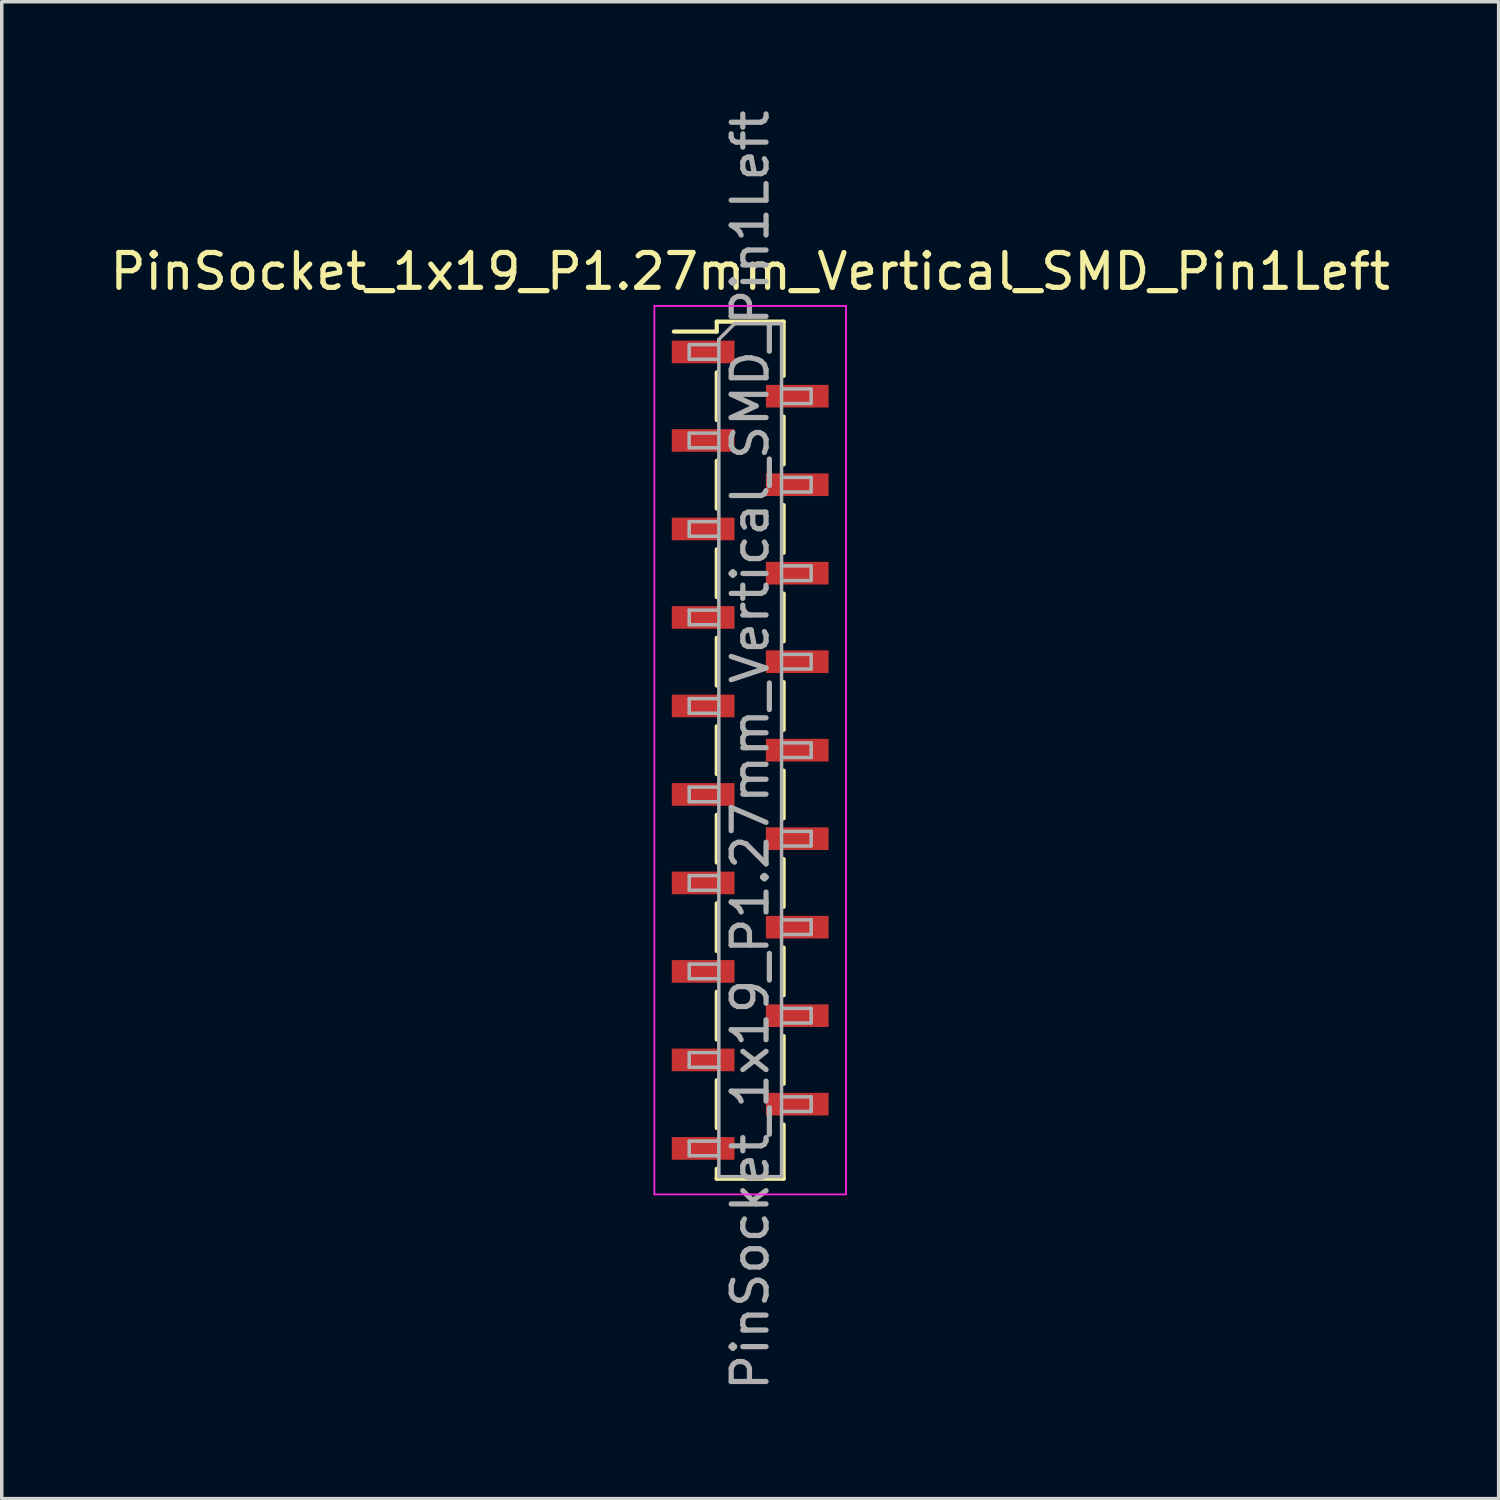
<source format=kicad_pcb>
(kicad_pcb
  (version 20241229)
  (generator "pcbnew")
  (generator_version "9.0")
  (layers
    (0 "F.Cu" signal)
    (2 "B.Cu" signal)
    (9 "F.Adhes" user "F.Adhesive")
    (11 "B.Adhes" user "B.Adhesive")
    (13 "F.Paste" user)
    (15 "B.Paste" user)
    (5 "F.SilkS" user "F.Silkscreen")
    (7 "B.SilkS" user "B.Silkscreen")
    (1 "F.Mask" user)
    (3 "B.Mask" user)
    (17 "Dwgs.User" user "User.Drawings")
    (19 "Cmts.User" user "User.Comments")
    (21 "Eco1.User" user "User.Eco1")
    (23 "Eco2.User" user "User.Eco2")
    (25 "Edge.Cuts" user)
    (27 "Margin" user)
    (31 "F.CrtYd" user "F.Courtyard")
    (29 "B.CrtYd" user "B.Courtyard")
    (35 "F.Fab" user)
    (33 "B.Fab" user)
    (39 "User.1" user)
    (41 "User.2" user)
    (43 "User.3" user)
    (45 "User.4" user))
  (footprint "PinSocket_1x19_P1.27mm_Vertical_SMD_Pin1Left"
    (layer "F.Cu")
    (at 18.482 18.482)
    (property "Reference" "PinSocket_1x19_P1.27mm_Vertical_SMD_Pin1Left" (at 0 -13.74 0) (layer "F.SilkS") (effects (font (size 1 1) (thickness 0.15))))
    (attr smd)
    (fp_line (start -2.19 -12.015) (end -0.96 -12.015) (stroke (width 0.12) (type solid)) (layer "F.SilkS"))
    (fp_line (start -0.96 -12.3) (end -0.96 -12.015) (stroke (width 0.12) (type solid)) (layer "F.SilkS"))
    (fp_line (start -0.96 -12.3) (end 0.96 -12.3) (stroke (width 0.12) (type solid)) (layer "F.SilkS"))
    (fp_line (start -0.96 -10.845) (end -0.96 -9.475) (stroke (width 0.12) (type solid)) (layer "F.SilkS"))
    (fp_line (start -0.96 -8.305) (end -0.96 -6.935) (stroke (width 0.12) (type solid)) (layer "F.SilkS"))
    (fp_line (start -0.96 -5.765) (end -0.96 -4.395) (stroke (width 0.12) (type solid)) (layer "F.SilkS"))
    (fp_line (start -0.96 -3.225) (end -0.96 -1.855) (stroke (width 0.12) (type solid)) (layer "F.SilkS"))
    (fp_line (start -0.96 -0.685) (end -0.96 0.685) (stroke (width 0.12) (type solid)) (layer "F.SilkS"))
    (fp_line (start -0.96 1.855) (end -0.96 3.225) (stroke (width 0.12) (type solid)) (layer "F.SilkS"))
    (fp_line (start -0.96 4.395) (end -0.96 5.765) (stroke (width 0.12) (type solid)) (layer "F.SilkS"))
    (fp_line (start -0.96 6.935) (end -0.96 8.305) (stroke (width 0.12) (type solid)) (layer "F.SilkS"))
    (fp_line (start -0.96 9.475) (end -0.96 10.845) (stroke (width 0.12) (type solid)) (layer "F.SilkS"))
    (fp_line (start -0.96 12.015) (end -0.96 12.3) (stroke (width 0.12) (type solid)) (layer "F.SilkS"))
    (fp_line (start -0.96 12.3) (end 0.96 12.3) (stroke (width 0.12) (type solid)) (layer "F.SilkS"))
    (fp_line (start 0.96 -12.3) (end 0.96 -10.745) (stroke (width 0.12) (type solid)) (layer "F.SilkS"))
    (fp_line (start 0.96 -9.575) (end 0.96 -8.205) (stroke (width 0.12) (type solid)) (layer "F.SilkS"))
    (fp_line (start 0.96 -7.035) (end 0.96 -5.665) (stroke (width 0.12) (type solid)) (layer "F.SilkS"))
    (fp_line (start 0.96 -4.495) (end 0.96 -3.125) (stroke (width 0.12) (type solid)) (layer "F.SilkS"))
    (fp_line (start 0.96 -1.955) (end 0.96 -0.585) (stroke (width 0.12) (type solid)) (layer "F.SilkS"))
    (fp_line (start 0.96 0.585) (end 0.96 1.955) (stroke (width 0.12) (type solid)) (layer "F.SilkS"))
    (fp_line (start 0.96 3.125) (end 0.96 4.495) (stroke (width 0.12) (type solid)) (layer "F.SilkS"))
    (fp_line (start 0.96 5.665) (end 0.96 7.035) (stroke (width 0.12) (type solid)) (layer "F.SilkS"))
    (fp_line (start 0.96 8.205) (end 0.96 9.575) (stroke (width 0.12) (type solid)) (layer "F.SilkS"))
    (fp_line (start 0.96 10.745) (end 0.96 12.3) (stroke (width 0.12) (type solid)) (layer "F.SilkS"))
    (fp_line (start -2.75 -12.75) (end 2.75 -12.75) (stroke (width 0.05) (type solid)) (layer "F.CrtYd"))
    (fp_line (start -2.75 12.75) (end -2.75 -12.75) (stroke (width 0.05) (type solid)) (layer "F.CrtYd"))
    (fp_line (start 2.75 -12.75) (end 2.75 12.75) (stroke (width 0.05) (type solid)) (layer "F.CrtYd"))
    (fp_line (start 2.75 12.75) (end -2.75 12.75) (stroke (width 0.05) (type solid)) (layer "F.CrtYd"))
    (fp_line (start -1.75 -11.64) (end -0.9 -11.64) (stroke (width 0.1) (type solid)) (layer "F.Fab"))
    (fp_line (start -1.75 -11.22) (end -1.75 -11.64) (stroke (width 0.1) (type solid)) (layer "F.Fab"))
    (fp_line (start -1.75 -9.1) (end -0.9 -9.1) (stroke (width 0.1) (type solid)) (layer "F.Fab"))
    (fp_line (start -1.75 -8.68) (end -1.75 -9.1) (stroke (width 0.1) (type solid)) (layer "F.Fab"))
    (fp_line (start -1.75 -6.56) (end -0.9 -6.56) (stroke (width 0.1) (type solid)) (layer "F.Fab"))
    (fp_line (start -1.75 -6.14) (end -1.75 -6.56) (stroke (width 0.1) (type solid)) (layer "F.Fab"))
    (fp_line (start -1.75 -4.02) (end -0.9 -4.02) (stroke (width 0.1) (type solid)) (layer "F.Fab"))
    (fp_line (start -1.75 -3.6) (end -1.75 -4.02) (stroke (width 0.1) (type solid)) (layer "F.Fab"))
    (fp_line (start -1.75 -1.48) (end -0.9 -1.48) (stroke (width 0.1) (type solid)) (layer "F.Fab"))
    (fp_line (start -1.75 -1.06) (end -1.75 -1.48) (stroke (width 0.1) (type solid)) (layer "F.Fab"))
    (fp_line (start -1.75 1.06) (end -0.9 1.06) (stroke (width 0.1) (type solid)) (layer "F.Fab"))
    (fp_line (start -1.75 1.48) (end -1.75 1.06) (stroke (width 0.1) (type solid)) (layer "F.Fab"))
    (fp_line (start -1.75 3.6) (end -0.9 3.6) (stroke (width 0.1) (type solid)) (layer "F.Fab"))
    (fp_line (start -1.75 4.02) (end -1.75 3.6) (stroke (width 0.1) (type solid)) (layer "F.Fab"))
    (fp_line (start -1.75 6.14) (end -0.9 6.14) (stroke (width 0.1) (type solid)) (layer "F.Fab"))
    (fp_line (start -1.75 6.56) (end -1.75 6.14) (stroke (width 0.1) (type solid)) (layer "F.Fab"))
    (fp_line (start -1.75 8.68) (end -0.9 8.68) (stroke (width 0.1) (type solid)) (layer "F.Fab"))
    (fp_line (start -1.75 9.1) (end -1.75 8.68) (stroke (width 0.1) (type solid)) (layer "F.Fab"))
    (fp_line (start -1.75 11.22) (end -0.9 11.22) (stroke (width 0.1) (type solid)) (layer "F.Fab"))
    (fp_line (start -1.75 11.64) (end -1.75 11.22) (stroke (width 0.1) (type solid)) (layer "F.Fab"))
    (fp_line (start -0.9 -11.79) (end -0.45 -12.24) (stroke (width 0.1) (type solid)) (layer "F.Fab"))
    (fp_line (start -0.9 -11.22) (end -1.75 -11.22) (stroke (width 0.1) (type solid)) (layer "F.Fab"))
    (fp_line (start -0.9 -8.68) (end -1.75 -8.68) (stroke (width 0.1) (type solid)) (layer "F.Fab"))
    (fp_line (start -0.9 -6.14) (end -1.75 -6.14) (stroke (width 0.1) (type solid)) (layer "F.Fab"))
    (fp_line (start -0.9 -3.6) (end -1.75 -3.6) (stroke (width 0.1) (type solid)) (layer "F.Fab"))
    (fp_line (start -0.9 -1.06) (end -1.75 -1.06) (stroke (width 0.1) (type solid)) (layer "F.Fab"))
    (fp_line (start -0.9 1.48) (end -1.75 1.48) (stroke (width 0.1) (type solid)) (layer "F.Fab"))
    (fp_line (start -0.9 4.02) (end -1.75 4.02) (stroke (width 0.1) (type solid)) (layer "F.Fab"))
    (fp_line (start -0.9 6.56) (end -1.75 6.56) (stroke (width 0.1) (type solid)) (layer "F.Fab"))
    (fp_line (start -0.9 9.1) (end -1.75 9.1) (stroke (width 0.1) (type solid)) (layer "F.Fab"))
    (fp_line (start -0.9 11.64) (end -1.75 11.64) (stroke (width 0.1) (type solid)) (layer "F.Fab"))
    (fp_line (start -0.9 12.24) (end -0.9 -11.79) (stroke (width 0.1) (type solid)) (layer "F.Fab"))
    (fp_line (start -0.45 -12.24) (end 0.9 -12.24) (stroke (width 0.1) (type solid)) (layer "F.Fab"))
    (fp_line (start 0.9 -12.24) (end 0.9 12.24) (stroke (width 0.1) (type solid)) (layer "F.Fab"))
    (fp_line (start 0.9 -10.37) (end 1.75 -10.37) (stroke (width 0.1) (type solid)) (layer "F.Fab"))
    (fp_line (start 0.9 -7.83) (end 1.75 -7.83) (stroke (width 0.1) (type solid)) (layer "F.Fab"))
    (fp_line (start 0.9 -5.29) (end 1.75 -5.29) (stroke (width 0.1) (type solid)) (layer "F.Fab"))
    (fp_line (start 0.9 -2.75) (end 1.75 -2.75) (stroke (width 0.1) (type solid)) (layer "F.Fab"))
    (fp_line (start 0.9 -0.21) (end 1.75 -0.21) (stroke (width 0.1) (type solid)) (layer "F.Fab"))
    (fp_line (start 0.9 2.33) (end 1.75 2.33) (stroke (width 0.1) (type solid)) (layer "F.Fab"))
    (fp_line (start 0.9 4.87) (end 1.75 4.87) (stroke (width 0.1) (type solid)) (layer "F.Fab"))
    (fp_line (start 0.9 7.41) (end 1.75 7.41) (stroke (width 0.1) (type solid)) (layer "F.Fab"))
    (fp_line (start 0.9 9.95) (end 1.75 9.95) (stroke (width 0.1) (type solid)) (layer "F.Fab"))
    (fp_line (start 0.9 12.24) (end -0.9 12.24) (stroke (width 0.1) (type solid)) (layer "F.Fab"))
    (fp_line (start 1.75 -10.37) (end 1.75 -9.95) (stroke (width 0.1) (type solid)) (layer "F.Fab"))
    (fp_line (start 1.75 -9.95) (end 0.9 -9.95) (stroke (width 0.1) (type solid)) (layer "F.Fab"))
    (fp_line (start 1.75 -7.83) (end 1.75 -7.41) (stroke (width 0.1) (type solid)) (layer "F.Fab"))
    (fp_line (start 1.75 -7.41) (end 0.9 -7.41) (stroke (width 0.1) (type solid)) (layer "F.Fab"))
    (fp_line (start 1.75 -5.29) (end 1.75 -4.87) (stroke (width 0.1) (type solid)) (layer "F.Fab"))
    (fp_line (start 1.75 -4.87) (end 0.9 -4.87) (stroke (width 0.1) (type solid)) (layer "F.Fab"))
    (fp_line (start 1.75 -2.75) (end 1.75 -2.33) (stroke (width 0.1) (type solid)) (layer "F.Fab"))
    (fp_line (start 1.75 -2.33) (end 0.9 -2.33) (stroke (width 0.1) (type solid)) (layer "F.Fab"))
    (fp_line (start 1.75 -0.21) (end 1.75 0.21) (stroke (width 0.1) (type solid)) (layer "F.Fab"))
    (fp_line (start 1.75 0.21) (end 0.9 0.21) (stroke (width 0.1) (type solid)) (layer "F.Fab"))
    (fp_line (start 1.75 2.33) (end 1.75 2.75) (stroke (width 0.1) (type solid)) (layer "F.Fab"))
    (fp_line (start 1.75 2.75) (end 0.9 2.75) (stroke (width 0.1) (type solid)) (layer "F.Fab"))
    (fp_line (start 1.75 4.87) (end 1.75 5.29) (stroke (width 0.1) (type solid)) (layer "F.Fab"))
    (fp_line (start 1.75 5.29) (end 0.9 5.29) (stroke (width 0.1) (type solid)) (layer "F.Fab"))
    (fp_line (start 1.75 7.41) (end 1.75 7.83) (stroke (width 0.1) (type solid)) (layer "F.Fab"))
    (fp_line (start 1.75 7.83) (end 0.9 7.83) (stroke (width 0.1) (type solid)) (layer "F.Fab"))
    (fp_line (start 1.75 9.95) (end 1.75 10.37) (stroke (width 0.1) (type solid)) (layer "F.Fab"))
    (fp_line (start 1.75 10.37) (end 0.9 10.37) (stroke (width 0.1) (type solid)) (layer "F.Fab"))
    (fp_text user "${REFERENCE}" (at 0 0 90) (layer "F.Fab") (effects (font (size 1 1) (thickness 0.15))))
    (pad "1" smd rect (at -1.35 -11.43) (size 1.8 0.65) (layers "F.Cu" "F.Mask" "F.Paste"))
    (pad "2" smd rect (at 1.35 -10.16) (size 1.8 0.65) (layers "F.Cu" "F.Mask" "F.Paste"))
    (pad "3" smd rect (at -1.35 -8.89) (size 1.8 0.65) (layers "F.Cu" "F.Mask" "F.Paste"))
    (pad "4" smd rect (at 1.35 -7.62) (size 1.8 0.65) (layers "F.Cu" "F.Mask" "F.Paste"))
    (pad "5" smd rect (at -1.35 -6.35) (size 1.8 0.65) (layers "F.Cu" "F.Mask" "F.Paste"))
    (pad "6" smd rect (at 1.35 -5.08) (size 1.8 0.65) (layers "F.Cu" "F.Mask" "F.Paste"))
    (pad "7" smd rect (at -1.35 -3.81) (size 1.8 0.65) (layers "F.Cu" "F.Mask" "F.Paste"))
    (pad "8" smd rect (at 1.35 -2.54) (size 1.8 0.65) (layers "F.Cu" "F.Mask" "F.Paste"))
    (pad "9" smd rect (at -1.35 -1.27) (size 1.8 0.65) (layers "F.Cu" "F.Mask" "F.Paste"))
    (pad "10" smd rect (at 1.35 0) (size 1.8 0.65) (layers "F.Cu" "F.Mask" "F.Paste"))
    (pad "11" smd rect (at -1.35 1.27) (size 1.8 0.65) (layers "F.Cu" "F.Mask" "F.Paste"))
    (pad "12" smd rect (at 1.35 2.54) (size 1.8 0.65) (layers "F.Cu" "F.Mask" "F.Paste"))
    (pad "13" smd rect (at -1.35 3.81) (size 1.8 0.65) (layers "F.Cu" "F.Mask" "F.Paste"))
    (pad "14" smd rect (at 1.35 5.08) (size 1.8 0.65) (layers "F.Cu" "F.Mask" "F.Paste"))
    (pad "15" smd rect (at -1.35 6.35) (size 1.8 0.65) (layers "F.Cu" "F.Mask" "F.Paste"))
    (pad "16" smd rect (at 1.35 7.62) (size 1.8 0.65) (layers "F.Cu" "F.Mask" "F.Paste"))
    (pad "17" smd rect (at -1.35 8.89) (size 1.8 0.65) (layers "F.Cu" "F.Mask" "F.Paste"))
    (pad "18" smd rect (at 1.35 10.16) (size 1.8 0.65) (layers "F.Cu" "F.Mask" "F.Paste"))
    (pad "19" smd rect (at -1.35 11.43) (size 1.8 0.65) (layers "F.Cu" "F.Mask" "F.Paste")))
  (gr_rect
    (start -3 -3)
    (end 39.964 39.964)
    (stroke (width 0.1) (type default))
    (fill no)
    (layer "Edge.Cuts")))
</source>
